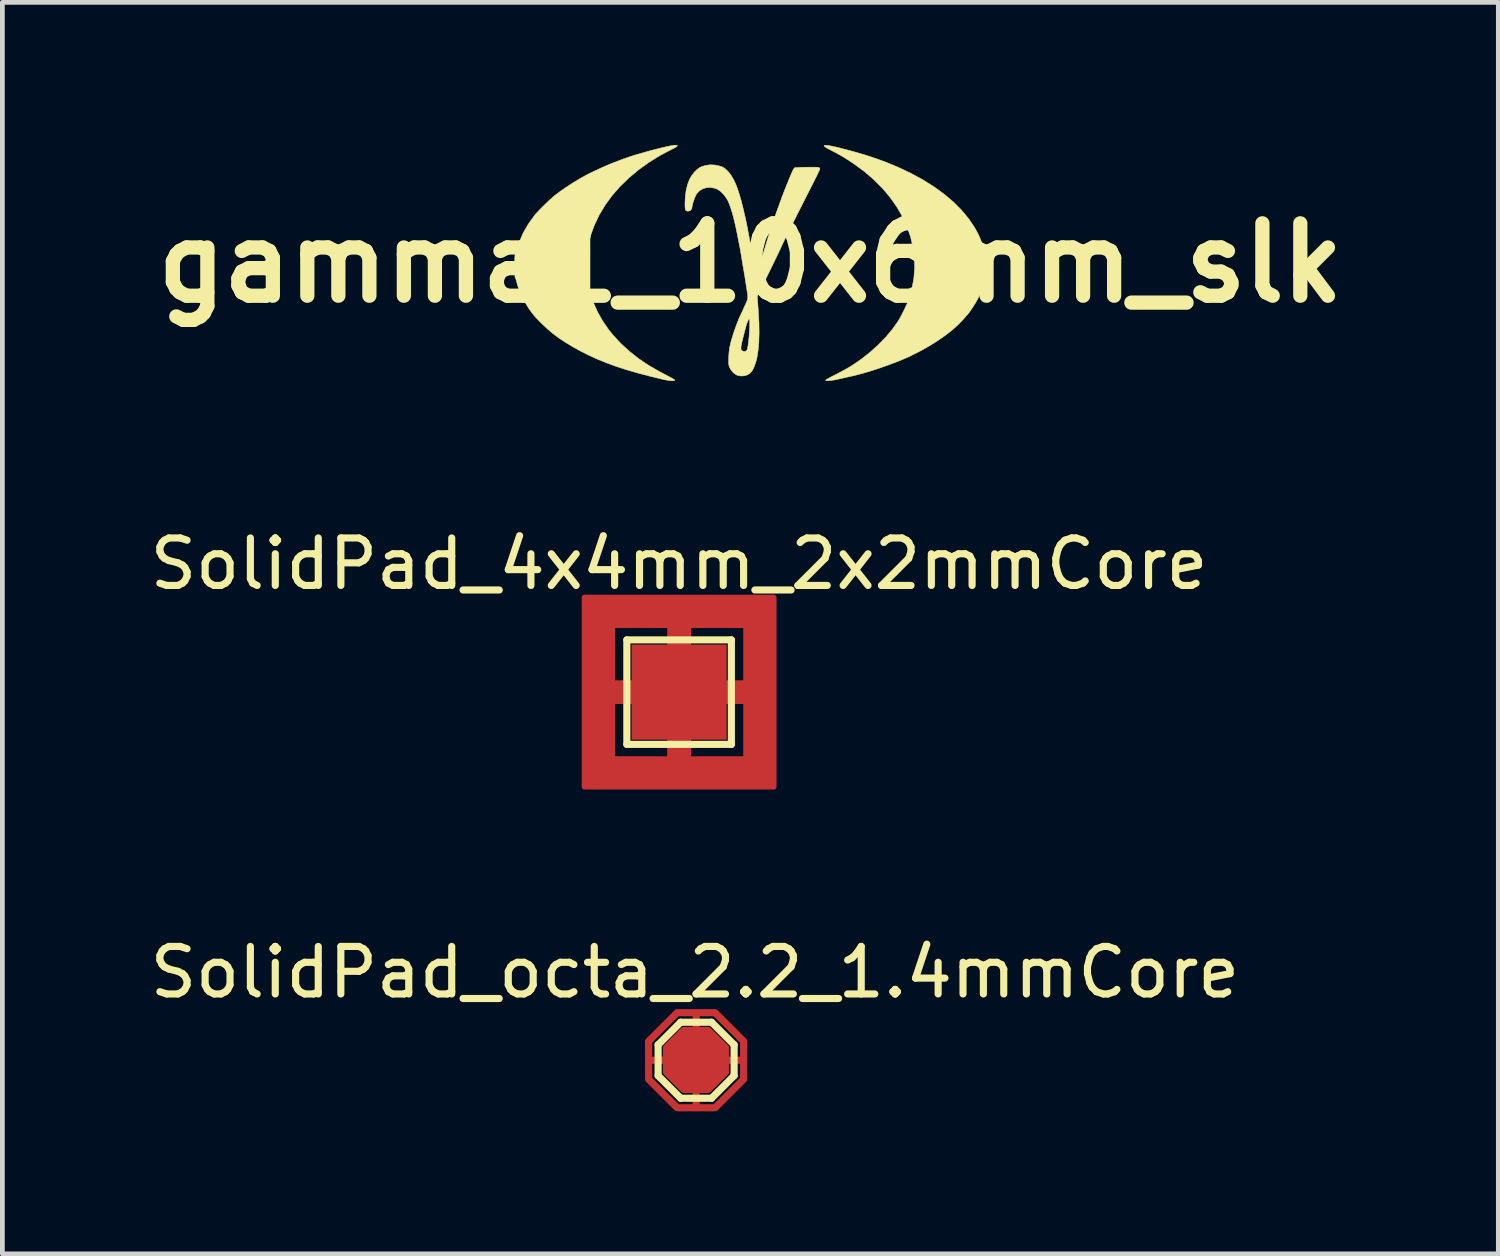
<source format=kicad_pcb>
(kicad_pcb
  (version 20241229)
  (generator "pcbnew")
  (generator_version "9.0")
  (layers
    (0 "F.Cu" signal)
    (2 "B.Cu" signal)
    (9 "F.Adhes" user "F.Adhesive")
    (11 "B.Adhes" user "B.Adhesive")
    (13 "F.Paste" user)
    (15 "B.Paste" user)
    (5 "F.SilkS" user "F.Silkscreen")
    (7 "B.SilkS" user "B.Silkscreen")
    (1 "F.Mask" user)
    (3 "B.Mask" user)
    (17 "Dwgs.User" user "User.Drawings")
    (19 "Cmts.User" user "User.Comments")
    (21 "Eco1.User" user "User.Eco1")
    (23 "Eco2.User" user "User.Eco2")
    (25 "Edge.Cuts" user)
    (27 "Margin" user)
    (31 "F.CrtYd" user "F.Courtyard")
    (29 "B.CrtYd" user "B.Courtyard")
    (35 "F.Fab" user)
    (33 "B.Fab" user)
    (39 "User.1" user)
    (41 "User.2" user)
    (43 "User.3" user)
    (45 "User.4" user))
  (footprint "gamma1_10x6mm_slk"
    (layer "F.Cu")
    (at 12.744 2.485)
    (property "Reference" "gamma1_10x6mm_slk" (at 0 0 0) (layer "F.SilkS") (effects (font (size 1.524 1.524) (thickness 0.3))))
    (attr through_hole)
    (fp_poly (pts (xy -1.539 -2.475) (xy -1.539 -2.463) (xy -1.562 -2.443) (xy -1.608 -2.416) (xy -1.653 -2.394) (xy -1.901 -2.263) (xy -2.135 -2.118) (xy -2.355 -1.96) (xy -2.558 -1.79) (xy -2.743 -1.61) (xy -2.909 -1.421) (xy -3.053 -1.225) (xy -3.175 -1.022) (xy -3.194 -0.986) (xy -3.287 -0.788) (xy -3.358 -0.593) (xy -3.409 -0.397) (xy -3.442 -0.194) (xy -3.457 -0.006) (xy -3.454 0.2) (xy -3.427 0.409) (xy -3.379 0.618) (xy -3.308 0.825) (xy -3.218 1.028) (xy -3.107 1.224) (xy -2.978 1.41) (xy -2.89 1.519) (xy -2.726 1.695) (xy -2.549 1.858) (xy -2.356 2.01) (xy -2.145 2.153) (xy -1.912 2.287) (xy -1.784 2.354) (xy -1.722 2.387) (xy -1.667 2.416) (xy -1.625 2.441) (xy -1.598 2.458) (xy -1.591 2.465) (xy -1.598 2.475) (xy -1.625 2.479) (xy -1.669 2.478) (xy -1.725 2.472) (xy -1.789 2.461) (xy -1.823 2.454) (xy -2.102 2.387) (xy -2.359 2.32) (xy -2.597 2.251) (xy -2.817 2.18) (xy -3.023 2.105) (xy -3.218 2.026) (xy -3.404 1.941) (xy -3.584 1.85) (xy -3.737 1.765) (xy -3.89 1.673) (xy -4.026 1.583) (xy -4.15 1.491) (xy -4.267 1.392) (xy -4.385 1.282) (xy -4.385 1.282) (xy -4.458 1.209) (xy -4.517 1.147) (xy -4.568 1.087) (xy -4.615 1.026) (xy -4.665 0.955) (xy -4.681 0.93) (xy -4.775 0.775) (xy -4.848 0.621) (xy -4.902 0.464) (xy -4.924 0.381) (xy -4.934 0.343) (xy -4.944 0.318) (xy -4.951 0.31) (xy -4.954 0.298) (xy -4.956 0.265) (xy -4.959 0.215) (xy -4.96 0.151) (xy -4.961 0.077) (xy -4.961 0.062) (xy -4.96 -0.013) (xy -4.959 -0.08) (xy -4.957 -0.133) (xy -4.954 -0.169) (xy -4.951 -0.186) (xy -4.95 -0.186) (xy -4.941 -0.197) (xy -4.93 -0.225) (xy -4.924 -0.245) (xy -4.862 -0.445) (xy -4.78 -0.636) (xy -4.675 -0.818) (xy -4.547 -0.995) (xy -4.53 -1.017) (xy -4.49 -1.062) (xy -4.437 -1.119) (xy -4.374 -1.183) (xy -4.307 -1.248) (xy -4.24 -1.312) (xy -4.178 -1.368) (xy -4.127 -1.413) (xy -4.118 -1.42) (xy -4.005 -1.505) (xy -3.876 -1.595) (xy -3.738 -1.685) (xy -3.599 -1.769) (xy -3.466 -1.843) (xy -3.392 -1.882) (xy -3.316 -1.918) (xy -3.233 -1.957) (xy -3.148 -1.997) (xy -3.065 -2.034) (xy -2.989 -2.067) (xy -2.924 -2.094) (xy -2.877 -2.112) (xy -2.869 -2.115) (xy -2.826 -2.13) (xy -2.785 -2.146) (xy -2.772 -2.151) (xy -2.733 -2.167) (xy -2.677 -2.188) (xy -2.611 -2.211) (xy -2.543 -2.234) (xy -2.479 -2.255) (xy -2.432 -2.27) (xy -2.383 -2.284) (xy -2.32 -2.302) (xy -2.255 -2.321) (xy -2.226 -2.33) (xy -2.173 -2.345) (xy -2.102 -2.364) (xy -2.02 -2.385) (xy -1.935 -2.407) (xy -1.87 -2.423) (xy -1.761 -2.449) (xy -1.673 -2.467) (xy -1.606 -2.477) (xy -1.562 -2.48) (xy -1.539 -2.475)) (stroke (width 0.01) (type solid)) (fill yes) (layer "F.SilkS"))
    (fp_poly (pts (xy 1.641 -2.472) (xy 1.716 -2.458) (xy 1.814 -2.437) (xy 1.867 -2.424) (xy 2.144 -2.352) (xy 2.4 -2.278) (xy 2.638 -2.2) (xy 2.864 -2.117) (xy 3.079 -2.028) (xy 3.101 -2.019) (xy 3.376 -1.889) (xy 3.632 -1.75) (xy 3.867 -1.602) (xy 4.081 -1.447) (xy 4.273 -1.284) (xy 4.443 -1.114) (xy 4.59 -0.937) (xy 4.714 -0.755) (xy 4.787 -0.623) (xy 4.814 -0.566) (xy 4.84 -0.504) (xy 4.866 -0.44) (xy 4.887 -0.38) (xy 4.903 -0.33) (xy 4.911 -0.295) (xy 4.911 -0.288) (xy 4.917 -0.263) (xy 4.93 -0.229) (xy 4.936 -0.217) (xy 4.945 -0.198) (xy 4.951 -0.178) (xy 4.955 -0.151) (xy 4.958 -0.115) (xy 4.96 -0.065) (xy 4.961 0.003) (xy 4.961 0.083) (xy 4.96 0.159) (xy 4.959 0.226) (xy 4.957 0.28) (xy 4.954 0.317) (xy 4.951 0.334) (xy 4.951 0.335) (xy 4.941 0.346) (xy 4.929 0.373) (xy 4.924 0.388) (xy 4.895 0.483) (xy 4.87 0.56) (xy 4.847 0.622) (xy 4.826 0.676) (xy 4.803 0.724) (xy 4.799 0.732) (xy 4.772 0.782) (xy 4.738 0.841) (xy 4.698 0.905) (xy 4.658 0.966) (xy 4.621 1.02) (xy 4.591 1.061) (xy 4.581 1.073) (xy 4.562 1.094) (xy 4.533 1.127) (xy 4.498 1.167) (xy 4.484 1.184) (xy 4.373 1.299) (xy 4.241 1.417) (xy 4.09 1.534) (xy 3.923 1.649) (xy 3.743 1.76) (xy 3.553 1.866) (xy 3.356 1.964) (xy 3.206 2.03) (xy 3.06 2.089) (xy 2.902 2.148) (xy 2.739 2.206) (xy 2.575 2.26) (xy 2.417 2.308) (xy 2.27 2.349) (xy 2.146 2.379) (xy 2.114 2.386) (xy 2.064 2.397) (xy 2.001 2.411) (xy 1.932 2.427) (xy 1.894 2.436) (xy 1.787 2.459) (xy 1.702 2.473) (xy 1.639 2.48) (xy 1.599 2.478) (xy 1.582 2.47) (xy 1.591 2.461) (xy 1.618 2.443) (xy 1.662 2.419) (xy 1.718 2.388) (xy 1.783 2.355) (xy 1.795 2.349) (xy 1.873 2.309) (xy 1.954 2.265) (xy 2.031 2.223) (xy 2.097 2.185) (xy 2.138 2.16) (xy 2.333 2.026) (xy 2.519 1.879) (xy 2.693 1.722) (xy 2.853 1.558) (xy 2.994 1.389) (xy 3.107 1.229) (xy 3.142 1.17) (xy 3.183 1.094) (xy 3.226 1.01) (xy 3.267 0.924) (xy 3.304 0.843) (xy 3.331 0.775) (xy 3.336 0.763) (xy 3.4 0.543) (xy 3.441 0.321) (xy 3.458 0.099) (xy 3.451 -0.122) (xy 3.421 -0.341) (xy 3.369 -0.558) (xy 3.294 -0.772) (xy 3.198 -0.981) (xy 3.08 -1.184) (xy 2.941 -1.381) (xy 2.781 -1.571) (xy 2.601 -1.752) (xy 2.401 -1.924) (xy 2.182 -2.085) (xy 2.139 -2.114) (xy 2.046 -2.175) (xy 1.965 -2.226) (xy 1.888 -2.271) (xy 1.807 -2.316) (xy 1.714 -2.364) (xy 1.669 -2.387) (xy 1.607 -2.421) (xy 1.567 -2.447) (xy 1.551 -2.465) (xy 1.558 -2.476) (xy 1.588 -2.478) (xy 1.641 -2.472)) (stroke (width 0.01) (type solid)) (fill yes) (layer "F.SilkS"))
    (fp_poly (pts (xy -0.745 -2.062) (xy -0.637 -2.038) (xy -0.617 -2.032) (xy -0.57 -2.011) (xy -0.529 -1.982) (xy -0.484 -1.94) (xy -0.474 -1.93) (xy -0.428 -1.876) (xy -0.386 -1.813) (xy -0.346 -1.741) (xy -0.307 -1.657) (xy -0.27 -1.56) (xy -0.233 -1.446) (xy -0.195 -1.316) (xy -0.157 -1.166) (xy -0.117 -0.995) (xy -0.081 -0.831) (xy -0.053 -0.687) (xy -0.022 -0.52) (xy 0.009 -0.332) (xy 0.041 -0.125) (xy 0.073 0.1) (xy 0.083 0.167) (xy 0.091 0.213) (xy 0.102 0.238) (xy 0.114 0.246) (xy 0.127 0.242) (xy 0.139 0.225) (xy 0.152 0.189) (xy 0.161 0.159) (xy 0.174 0.113) (xy 0.193 0.051) (xy 0.215 -0.02) (xy 0.237 -0.093) (xy 0.243 -0.112) (xy 0.267 -0.19) (xy 0.293 -0.276) (xy 0.318 -0.358) (xy 0.339 -0.428) (xy 0.341 -0.434) (xy 0.384 -0.575) (xy 0.435 -0.731) (xy 0.49 -0.896) (xy 0.548 -1.064) (xy 0.608 -1.23) (xy 0.666 -1.389) (xy 0.721 -1.533) (xy 0.763 -1.637) (xy 0.786 -1.692) (xy 0.811 -1.756) (xy 0.832 -1.807) (xy 0.865 -1.886) (xy 0.893 -1.947) (xy 0.916 -1.987) (xy 0.932 -2.004) (xy 0.949 -2.007) (xy 0.985 -2.01) (xy 1.037 -2.012) (xy 1.099 -2.014) (xy 1.168 -2.015) (xy 1.237 -2.016) (xy 1.304 -2.016) (xy 1.361 -2.016) (xy 1.406 -2.015) (xy 1.433 -2.013) (xy 1.436 -2.012) (xy 1.458 -1.999) (xy 1.463 -1.985) (xy 1.458 -1.967) (xy 1.443 -1.932) (xy 1.42 -1.882) (xy 1.391 -1.822) (xy 1.357 -1.755) (xy 1.357 -1.754) (xy 1.259 -1.56) (xy 1.171 -1.388) (xy 1.093 -1.235) (xy 1.025 -1.099) (xy 0.965 -0.981) (xy 0.913 -0.878) (xy 0.868 -0.789) (xy 0.829 -0.712) (xy 0.797 -0.647) (xy 0.77 -0.592) (xy 0.747 -0.545) (xy 0.728 -0.506) (xy 0.712 -0.472) (xy 0.699 -0.443) (xy 0.694 -0.434) (xy 0.663 -0.367) (xy 0.629 -0.293) (xy 0.591 -0.212) (xy 0.546 -0.119) (xy 0.495 -0.014) (xy 0.436 0.107) (xy 0.368 0.246) (xy 0.303 0.378) (xy 0.145 0.701) (xy 0.167 1.013) (xy 0.181 1.255) (xy 0.184 1.475) (xy 0.178 1.673) (xy 0.162 1.848) (xy 0.137 2.001) (xy 0.116 2.083) (xy 0.081 2.184) (xy 0.042 2.262) (xy -0.002 2.316) (xy -0.061 2.355) (xy -0.132 2.376) (xy -0.206 2.379) (xy -0.278 2.363) (xy -0.295 2.355) (xy -0.361 2.309) (xy -0.414 2.242) (xy -0.438 2.196) (xy -0.448 2.17) (xy -0.454 2.144) (xy -0.458 2.111) (xy -0.458 2.067) (xy -0.457 2.005) (xy -0.456 1.979) (xy -0.45 1.887) (xy -0.44 1.803) (xy -0.437 1.788) (xy -0.199 1.788) (xy -0.197 1.812) (xy -0.191 1.829) (xy -0.181 1.841) (xy -0.167 1.851) (xy -0.156 1.857) (xy -0.12 1.865) (xy -0.088 1.85) (xy -0.069 1.825) (xy -0.06 1.797) (xy -0.051 1.752) (xy -0.043 1.692) (xy -0.035 1.623) (xy -0.027 1.548) (xy -0.022 1.47) (xy -0.017 1.394) (xy -0.014 1.324) (xy -0.014 1.264) (xy -0.015 1.217) (xy -0.019 1.187) (xy -0.025 1.178) (xy -0.038 1.19) (xy -0.055 1.223) (xy -0.075 1.274) (xy -0.095 1.341) (xy -0.099 1.358) (xy -0.13 1.476) (xy -0.155 1.572) (xy -0.174 1.648) (xy -0.188 1.708) (xy -0.196 1.754) (xy -0.199 1.788) (xy -0.437 1.788) (xy -0.423 1.718) (xy -0.4 1.626) (xy -0.367 1.519) (xy -0.366 1.513) (xy -0.338 1.429) (xy -0.308 1.345) (xy -0.279 1.266) (xy -0.252 1.199) (xy -0.238 1.166) (xy -0.224 1.135) (xy -0.202 1.087) (xy -0.174 1.028) (xy -0.144 0.962) (xy -0.13 0.93) (xy -0.1 0.866) (xy -0.079 0.818) (xy -0.064 0.78) (xy -0.057 0.745) (xy -0.055 0.71) (xy -0.058 0.667) (xy -0.066 0.611) (xy -0.078 0.538) (xy -0.08 0.527) (xy -0.09 0.462) (xy -0.1 0.394) (xy -0.11 0.335) (xy -0.112 0.316) (xy -0.122 0.257) (xy -0.133 0.189) (xy -0.143 0.136) (xy -0.152 0.082) (xy -0.164 0.014) (xy -0.175 -0.056) (xy -0.18 -0.087) (xy -0.191 -0.153) (xy -0.202 -0.221) (xy -0.213 -0.281) (xy -0.217 -0.304) (xy -0.226 -0.35) (xy -0.238 -0.413) (xy -0.252 -0.483) (xy -0.266 -0.555) (xy -0.266 -0.558) (xy -0.305 -0.747) (xy -0.343 -0.913) (xy -0.381 -1.056) (xy -0.42 -1.177) (xy -0.458 -1.277) (xy -0.475 -1.314) (xy -0.517 -1.383) (xy -0.569 -1.449) (xy -0.628 -1.506) (xy -0.688 -1.549) (xy -0.729 -1.568) (xy -0.822 -1.588) (xy -0.912 -1.587) (xy -0.995 -1.565) (xy -1.067 -1.523) (xy -1.126 -1.462) (xy -1.133 -1.452) (xy -1.153 -1.415) (xy -1.175 -1.363) (xy -1.196 -1.305) (xy -1.214 -1.247) (xy -1.225 -1.199) (xy -1.228 -1.172) (xy -1.239 -1.131) (xy -1.267 -1.102) (xy -1.307 -1.091) (xy -1.334 -1.093) (xy -1.353 -1.101) (xy -1.366 -1.119) (xy -1.373 -1.15) (xy -1.376 -1.198) (xy -1.376 -1.268) (xy -1.376 -1.271) (xy -1.369 -1.404) (xy -1.351 -1.534) (xy -1.321 -1.654) (xy -1.282 -1.758) (xy -1.279 -1.764) (xy -1.237 -1.836) (xy -1.185 -1.905) (xy -1.127 -1.964) (xy -1.069 -2.007) (xy -1.055 -2.015) (xy -0.959 -2.05) (xy -0.854 -2.066) (xy -0.745 -2.062)) (stroke (width 0.01) (type solid)) (fill yes) (layer "F.SilkS")))
  (footprint "SolidPad_4x4mm_2x2mmCore"
    (layer "F.Cu")
    (at 11.244 11.518)
    (property "Reference" "SolidPad_4x4mm_2x2mmCore" (at 0 -2.7 0) (layer "F.SilkS") (effects (font (size 1 1) (thickness 0.15))))
    (attr through_hole)
    (fp_poly (pts (xy -1 -1) (xy 1 -1) (xy 1 1) (xy -1 1) (xy -1 0.9)) (stroke (width 0.1) (type solid)) (fill yes) (layer "F.Mask"))
    (fp_line (start -1.1 -1.1) (end 1.1 -1.1) (stroke (width 0.15) (type solid)) (layer "F.SilkS"))
    (fp_line (start -1.1 1.1) (end -1.1 -1.1) (stroke (width 0.15) (type solid)) (layer "F.SilkS"))
    (fp_line (start 1.1 -1.1) (end 1.1 1.1) (stroke (width 0.15) (type solid)) (layer "F.SilkS"))
    (fp_line (start 1.1 1.1) (end -1.1 1.1) (stroke (width 0.15) (type solid)) (layer "F.SilkS"))
    (pad "~" smd custom (at 0 0) (size 2 2) (layers "F.Cu") (options (anchor rect)) (primitives (gr_poly (pts (xy -2 0.2) (xy -2 -0.2) (xy 0 -0.2) (xy 0 0.2)) (width 0.1) (fill yes)) (gr_poly (pts (xy -2 2) (xy -2 1.4) (xy 2 1.4) (xy 2 2)) (width 0.1) (fill yes)) (gr_poly (pts (xy -0.2 0) (xy -0.2 -2) (xy 0.2 -2) (xy 0.2 0)) (width 0.1) (fill yes)) (gr_poly (pts (xy 0 0.2) (xy 0 -0.2) (xy 2 -0.2) (xy 2 0.2)) (width 0.1) (fill yes)) (gr_poly (pts (xy -2 -2) (xy -2 -1.4) (xy 2 -1.4) (xy 2 -2)) (width 0.1) (fill yes)) (gr_poly (pts (xy -2 -2) (xy -1.4 -2) (xy -1.4 2) (xy -2 2)) (width 0.1) (fill yes)) (gr_poly (pts (xy 2 -2) (xy 1.4 -2) (xy 1.4 2) (xy 2 2)) (width 0.1) (fill yes)) (gr_poly (pts (xy -0.2 2) (xy -0.2 0) (xy 0.2 0) (xy 0.2 2)) (width 0.1) (fill yes)))))
  (footprint "SolidPad_octa_2.2_1.4mmCore"
    (layer "F.Cu")
    (at 11.602 19.266)
    (property "Reference" "SolidPad_octa_2.2_1.4mmCore" (at -0.025 -1.85 0) (layer "F.SilkS") (effects (font (size 1 1) (thickness 0.15))))
    (attr through_hole)
    (fp_line (start -0.8 -0.325) (end -0.8 0.325) (stroke (width 0.15) (type solid)) (layer "F.SilkS"))
    (fp_line (start -0.8 0.325) (end -0.325 0.8) (stroke (width 0.15) (type solid)) (layer "F.SilkS"))
    (fp_line (start -0.325 -0.8) (end -0.8 -0.325) (stroke (width 0.15) (type solid)) (layer "F.SilkS"))
    (fp_line (start -0.325 0.8) (end 0.325 0.8) (stroke (width 0.15) (type solid)) (layer "F.SilkS"))
    (fp_line (start 0.325 -0.8) (end -0.325 -0.8) (stroke (width 0.15) (type solid)) (layer "F.SilkS"))
    (fp_line (start 0.325 0.8) (end 0.8 0.325) (stroke (width 0.15) (type solid)) (layer "F.SilkS"))
    (fp_line (start 0.8 -0.325) (end 0.325 -0.8) (stroke (width 0.15) (type solid)) (layer "F.SilkS"))
    (fp_line (start 0.8 0.325) (end 0.8 -0.325) (stroke (width 0.15) (type solid)) (layer "F.SilkS"))
    (pad "" smd custom (at 0 0) (size 0.4 0.4) (layers "F.Mask") (options (anchor rect)) (primitives (gr_poly (pts (xy 0.265 0.64) (xy 0.644 0.261) (xy 0.644 -0.274) (xy 0.265 -0.653) (xy -0.271 -0.653) (xy -0.649 -0.274) (xy -0.649 0.261) (xy -0.271 0.64)) (width 0.1) (fill yes))))
    (pad "~" smd custom (at 0 0) (size 0.4 0.4) (layers "F.Cu") (options (anchor rect)) (primitives (gr_poly (pts (xy 0.265 0.64) (xy 0.644 0.261) (xy 0.644 -0.274) (xy 0.265 -0.653) (xy -0.271 -0.653) (xy -0.649 -0.274) (xy -0.649 0.261) (xy -0.271 0.64)) (width 0.1) (fill yes)) (gr_line (start -1 -0.2) (end -1 0.2) (width 0.15)) (gr_line (start -0.4 1) (end 0.4 1) (width 0.15)) (gr_line (start 0.4 1) (end 1 0.4) (width 0.15)) (gr_line (start -1 0.2) (end -1 0.4) (width 0.15)) (gr_line (start -1 0.4) (end -0.4 1) (width 0.15)) (gr_line (start 0.4 -1) (end -0.4 -1) (width 0.15)) (gr_line (start -1 -0.4) (end -1 -0.2) (width 0.15)) (gr_line (start 0 -1) (end 0 -0.6) (width 0.15)) (gr_line (start 1 0.4) (end 1 -0.4) (width 0.15)) (gr_line (start 0 1) (end 0 0.4) (width 0.15)) (gr_line (start -0.4 -1) (end -1 -0.4) (width 0.15)) (gr_line (start -1 0) (end -0.4 0) (width 0.15)) (gr_line (start 1 0) (end 0.6 0) (width 0.15)) (gr_line (start 1 -0.4) (end 0.4 -1) (width 0.15)))))
  (gr_rect
    (start -3 -3)
    (end 28.487 23.341)
    (stroke (width 0.1) (type default))
    (fill no)
    (layer "Edge.Cuts")))
</source>
